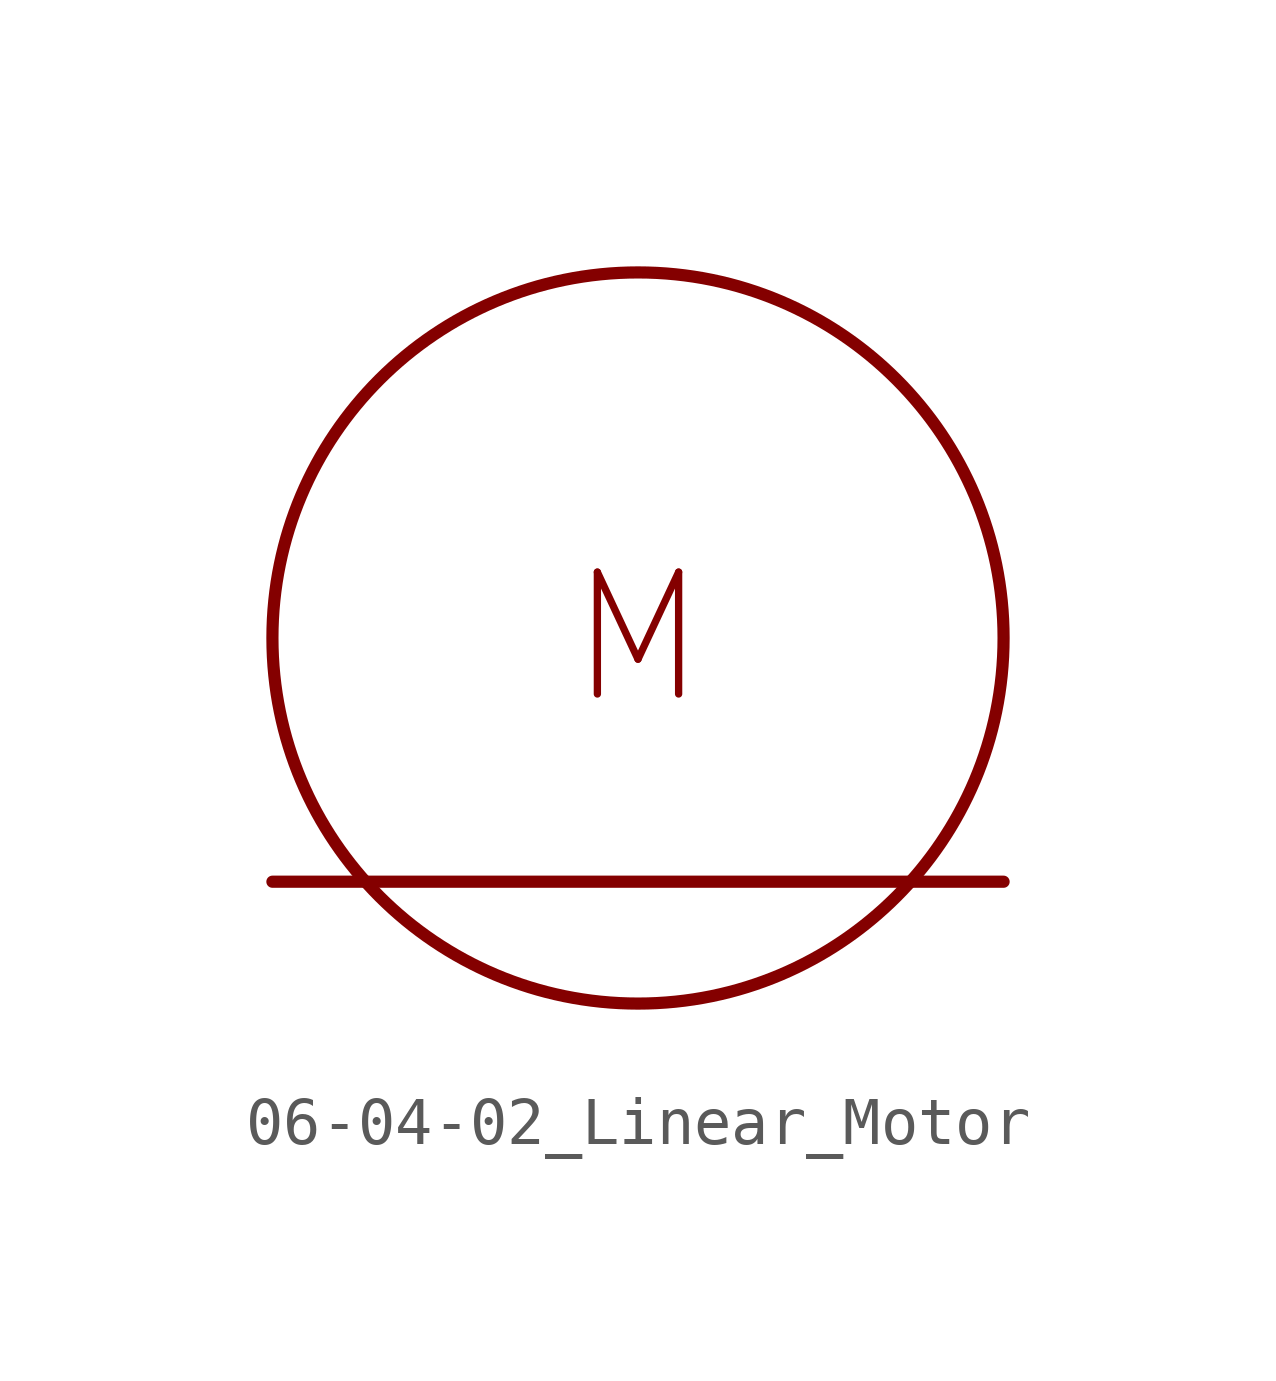
<source format=kicad_sym>
(kicad_symbol_lib
  (version 20201005)
  (generator kicad_symbol_editor)
  (symbol "Symbol_IEC_60617-6:06-04-02_Linear_Motor"
    (property "Reference" "#SYM"
      (at 0 0 0)
      (effects (font (size 1.27 1.27)) hide))
    (symbol "06-04-02_Linear_Motor_0_1"
      (circle (center 0 0) (radius 7.62) (stroke (width 0.254)) (fill (type none)))
      (polyline (pts (xy -7.62 -5.08) (xy 7.62 -5.08)) (stroke (width 0.254)) (fill (type none))))
    (symbol "06-04-02_Linear_Motor_1_1"
      (text "M" (at 0 0 0) (effects (font (size 2.54 2.54)))))))
</source>
